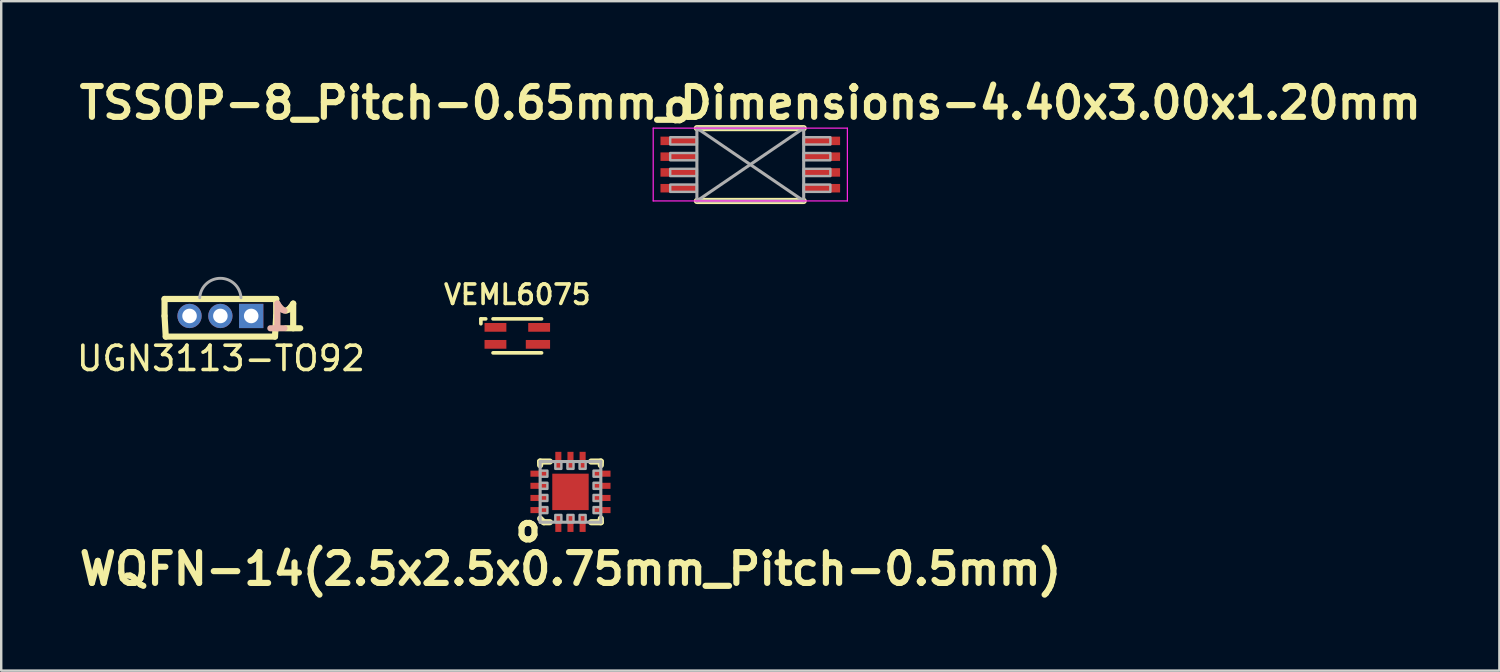
<source format=kicad_pcb>
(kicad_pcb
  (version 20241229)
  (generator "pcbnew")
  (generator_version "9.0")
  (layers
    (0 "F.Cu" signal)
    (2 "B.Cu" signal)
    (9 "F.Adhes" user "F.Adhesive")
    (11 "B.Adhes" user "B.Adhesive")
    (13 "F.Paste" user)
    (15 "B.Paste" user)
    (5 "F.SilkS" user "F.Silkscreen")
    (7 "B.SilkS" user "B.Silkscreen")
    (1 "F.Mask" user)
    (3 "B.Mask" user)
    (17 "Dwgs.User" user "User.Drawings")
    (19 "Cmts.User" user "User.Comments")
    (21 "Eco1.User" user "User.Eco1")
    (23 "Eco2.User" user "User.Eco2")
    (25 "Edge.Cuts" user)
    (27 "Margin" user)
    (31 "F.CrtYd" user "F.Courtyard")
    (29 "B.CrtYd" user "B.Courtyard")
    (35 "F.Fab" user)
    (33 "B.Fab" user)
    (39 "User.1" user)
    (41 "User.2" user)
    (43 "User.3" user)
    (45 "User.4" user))
  (footprint "VEML6075"
    (layer "F.Cu")
    (at 18.262 10.787)
    (property "Reference" "VEML6075" (at 0 -1.7 0) (layer "F.SilkS") (effects (font (size 0.8 0.8) (thickness 0.15))))
    (attr smd)
    (fp_line (start -1.5 -0.7) (end -1.3 -0.7) (stroke (width 0.15) (type solid)) (layer "F.SilkS"))
    (fp_line (start -1.5 -0.5) (end -1.5 -0.7) (stroke (width 0.15) (type solid)) (layer "F.SilkS"))
    (fp_line (start -1 0.7) (end 1 0.7) (stroke (width 0.15) (type solid)) (layer "F.SilkS"))
    (fp_line (start 1 -0.7) (end -1 -0.7) (stroke (width 0.15) (type solid)) (layer "F.SilkS"))
    (pad "1" smd rect (at -0.9 -0.35) (size 0.9 0.36) (layers "F.Cu" "F.Mask" "F.Paste"))
    (pad "2" smd rect (at -0.9 0.35) (size 0.9 0.36) (layers "F.Cu" "F.Mask" "F.Paste"))
    (pad "3" smd rect (at 0.85 0.35) (size 1 0.36) (layers "F.Cu" "F.Mask" "F.Paste"))
    (pad "4" smd rect (at 0.9 -0.35) (size 0.9 0.36) (layers "F.Cu" "F.Mask" "F.Paste")))
  (footprint "UGN3113-TO92"
    (layer "F.Cu")
    (at 6.029 10.067)
    (property "Reference" "UGN3113-TO92" (at 0.025 1.65 0) (layer "F.SilkS") (effects (font (size 1 1) (thickness 0.15))))
    (attr through_hole)
    (fp_line (start -2.3 -0.8) (end -2.3 -0.1) (stroke (width 0.254) (type solid)) (layer "F.SilkS"))
    (fp_line (start -2.3 -0.1) (end -2.25 0.75) (stroke (width 0.254) (type solid)) (layer "F.SilkS"))
    (fp_line (start 2.25 0.75) (end -2.25 0.75) (stroke (width 0.254) (type solid)) (layer "F.SilkS"))
    (fp_line (start 2.3 -0.8) (end -2.3 -0.8) (stroke (width 0.254) (type solid)) (layer "F.SilkS"))
    (fp_line (start 2.3 -0.8) (end 2.3 -0.1) (stroke (width 0.254) (type solid)) (layer "F.SilkS"))
    (fp_line (start 2.3 -0.1) (end 2.25 0.75) (stroke (width 0.254) (type solid)) (layer "F.SilkS"))
    (fp_arc (start -0.85 -0.85) (mid 0 -1.651469) (end 0.85 -0.85) (stroke (width 0.12) (type solid)) (layer "F.Fab"))
    (fp_text user "1" (at 3 -0.05 0) (layer "F.SilkS") (effects (font (size 1.016 1.016) (thickness 0.254))))
    (fp_text user "1" (at 2.35 -0.05 0) (layer "B.SilkS") (effects (font (size 1.016 1.016) (thickness 0.254)) (justify mirror)))
    (pad "1" thru_hole rect (at 1.27 -0.1) (size 1 1) (drill 0.6) (layers "*.Cu" "*.Mask"))
    (pad "2" thru_hole circle (at 0 -0.1) (size 1 1) (drill 0.6) (layers "*.Cu" "*.Mask"))
    (pad "3" thru_hole circle (at -1.27 -0.1) (size 1 1) (drill 0.6) (layers "*.Cu" "*.Mask")))
  (footprint "WQFN-14(2.5x2.5x0.75mm_Pitch-0.5mm)"
    (layer "F.Cu")
    (at 20.453 17.215)
    (property "Reference" "WQFN-14(2.5x2.5x0.75mm_Pitch-0.5mm)" (at 0 3.175 0) (layer "F.SilkS") (effects (font (size 1.27 1.27) (thickness 0.254))))
    (attr smd)
    (fp_line (start -1.25 -1.25) (end -1.25 -1.1) (stroke (width 0.254) (type solid)) (layer "F.SilkS"))
    (fp_line (start -1.1 1.25) (end -1.25 1.1) (stroke (width 0.254) (type solid)) (layer "F.SilkS"))
    (fp_line (start -0.85 -1.25) (end -1.25 -1.25) (stroke (width 0.254) (type solid)) (layer "F.SilkS"))
    (fp_line (start -0.85 1.25) (end -1.1 1.25) (stroke (width 0.254) (type solid)) (layer "F.SilkS"))
    (fp_line (start 0.85 1.25) (end 1.25 1.25) (stroke (width 0.254) (type solid)) (layer "F.SilkS"))
    (fp_line (start 1.25 -1.25) (end 0.85 -1.25) (stroke (width 0.254) (type solid)) (layer "F.SilkS"))
    (fp_line (start 1.25 -1.1) (end 1.25 -1.25) (stroke (width 0.254) (type solid)) (layer "F.SilkS"))
    (fp_line (start 1.25 1.25) (end 1.25 1.1) (stroke (width 0.254) (type solid)) (layer "F.SilkS"))
    (fp_line (start -1.25 -1.25) (end 1.25 -1.25) (stroke (width 0.127) (type solid)) (layer "F.Fab"))
    (fp_line (start -1.25 1.25) (end -1.25 -1.25) (stroke (width 0.127) (type solid)) (layer "F.Fab"))
    (fp_line (start 1.25 -1.25) (end 1.25 1.25) (stroke (width 0.127) (type solid)) (layer "F.Fab"))
    (fp_line (start 1.25 1.25) (end -1.25 1.25) (stroke (width 0.127) (type solid)) (layer "F.Fab"))
    (fp_poly (pts (xy -0.95 -0.625) (xy -1.25 -0.625) (xy -1.25 -0.875) (xy -0.95 -0.875)) (stroke (width 0.1) (type solid)) (fill no) (layer "F.Fab"))
    (fp_poly (pts (xy -0.95 -0.125) (xy -1.25 -0.125) (xy -1.25 -0.375) (xy -0.95 -0.375)) (stroke (width 0.1) (type solid)) (fill no) (layer "F.Fab"))
    (fp_poly (pts (xy -0.95 0.375) (xy -1.25 0.375) (xy -1.25 0.125) (xy -0.95 0.125)) (stroke (width 0.1) (type solid)) (fill no) (layer "F.Fab"))
    (fp_poly (pts (xy -0.95 0.875) (xy -1.25 0.875) (xy -1.25 0.625) (xy -0.95 0.625)) (stroke (width 0.1) (type solid)) (fill no) (layer "F.Fab"))
    (fp_poly (pts (xy -0.625 -0.95) (xy -0.625 -1.25) (xy -0.375 -1.25) (xy -0.375 -0.95)) (stroke (width 0.1) (type solid)) (fill no) (layer "F.Fab"))
    (fp_poly (pts (xy -0.375 0.95) (xy -0.375 1.25) (xy -0.625 1.25) (xy -0.625 0.95)) (stroke (width 0.1) (type solid)) (fill no) (layer "F.Fab"))
    (fp_poly (pts (xy -0.125 -0.95) (xy -0.125 -1.25) (xy 0.125 -1.25) (xy 0.125 -0.95)) (stroke (width 0.1) (type solid)) (fill no) (layer "F.Fab"))
    (fp_poly (pts (xy 0.125 0.95) (xy 0.125 1.25) (xy -0.125 1.25) (xy -0.125 0.95)) (stroke (width 0.1) (type solid)) (fill no) (layer "F.Fab"))
    (fp_poly (pts (xy 0.375 -0.95) (xy 0.375 -1.25) (xy 0.625 -1.25) (xy 0.625 -0.95)) (stroke (width 0.1) (type solid)) (fill no) (layer "F.Fab"))
    (fp_poly (pts (xy 0.625 0.95) (xy 0.625 1.25) (xy 0.375 1.25) (xy 0.375 0.95)) (stroke (width 0.1) (type solid)) (fill no) (layer "F.Fab"))
    (fp_poly (pts (xy 0.95 -0.875) (xy 1.25 -0.875) (xy 1.25 -0.625) (xy 0.95 -0.625)) (stroke (width 0.1) (type solid)) (fill no) (layer "F.Fab"))
    (fp_poly (pts (xy 0.95 -0.375) (xy 1.25 -0.375) (xy 1.25 -0.125) (xy 0.95 -0.125)) (stroke (width 0.1) (type solid)) (fill no) (layer "F.Fab"))
    (fp_poly (pts (xy 0.95 0.125) (xy 1.25 0.125) (xy 1.25 0.375) (xy 0.95 0.375)) (stroke (width 0.1) (type solid)) (fill no) (layer "F.Fab"))
    (fp_poly (pts (xy 0.95 0.625) (xy 1.25 0.625) (xy 1.25 0.875) (xy 0.95 0.875)) (stroke (width 0.1) (type solid)) (fill no) (layer "F.Fab"))
    (fp_text user "o" (at -1.75 1.5 180) (layer "F.SilkS") (effects (font (size 1.016 1.016) (thickness 0.254))))
    (pad "0" smd rect (at 0 0 180) (size 1.5 1.5) (layers "F.Cu" "F.Mask" "F.Paste"))
    (pad "1" smd rect (at -0.5 1.3 90) (size 0.7 0.25) (layers "F.Cu" "F.Mask" "F.Paste"))
    (pad "2" smd rect (at 0 1.3 90) (size 0.7 0.25) (layers "F.Cu" "F.Mask" "F.Paste"))
    (pad "3" smd rect (at 0.5 1.3 90) (size 0.7 0.25) (layers "F.Cu" "F.Mask" "F.Paste"))
    (pad "4" smd rect (at 1.3 0.75 180) (size 0.7 0.25) (layers "F.Cu" "F.Mask" "F.Paste"))
    (pad "5" smd rect (at 1.3 0.25 180) (size 0.7 0.25) (layers "F.Cu" "F.Mask" "F.Paste"))
    (pad "6" smd rect (at 1.3 -0.25 180) (size 0.7 0.25) (layers "F.Cu" "F.Mask" "F.Paste"))
    (pad "7" smd rect (at 1.3 -0.75 180) (size 0.7 0.25) (layers "F.Cu" "F.Mask" "F.Paste"))
    (pad "8" smd rect (at 0.5 -1.3 90) (size 0.7 0.25) (layers "F.Cu" "F.Mask" "F.Paste"))
    (pad "9" smd rect (at 0 -1.3 90) (size 0.7 0.25) (layers "F.Cu" "F.Mask" "F.Paste"))
    (pad "10" smd rect (at -0.5 -1.3 90) (size 0.7 0.25) (layers "F.Cu" "F.Mask" "F.Paste"))
    (pad "11" smd rect (at -1.3 -0.75 180) (size 0.7 0.25) (layers "F.Cu" "F.Mask" "F.Paste"))
    (pad "12" smd rect (at -1.3 -0.25 180) (size 0.7 0.25) (layers "F.Cu" "F.Mask" "F.Paste"))
    (pad "13" smd rect (at -1.3 0.25 180) (size 0.7 0.25) (layers "F.Cu" "F.Mask" "F.Paste"))
    (pad "14" smd rect (at -1.3 0.75 180) (size 0.7 0.25) (layers "F.Cu" "F.Mask" "F.Paste")))
  (footprint "TSSOP-8_Pitch-0.65mm_Dimensions-4.40x3.00x1.20mm"
    (layer "F.Cu")
    (at 27.861 3.729)
    (property "Reference" "TSSOP-8_Pitch-0.65mm_Dimensions-4.40x3.00x1.20mm" (at 0 -2.54 0) (layer "F.SilkS") (effects (font (size 1.27 1.27) (thickness 0.254))))
    (attr smd)
    (fp_line (start -2.2 -1.5) (end 2.2 -1.5) (stroke (width 0.254) (type solid)) (layer "F.SilkS"))
    (fp_line (start -2.2 1.5) (end 2.2 1.5) (stroke (width 0.254) (type solid)) (layer "F.SilkS"))
    (fp_line (start -4 -1.5) (end -4 1.5) (stroke (width 0.05) (type solid)) (layer "F.CrtYd"))
    (fp_line (start -4 -1.5) (end 4 -1.5) (stroke (width 0.05) (type solid)) (layer "F.CrtYd"))
    (fp_line (start -4 1.5) (end 4 1.5) (stroke (width 0.05) (type solid)) (layer "F.CrtYd"))
    (fp_line (start 4 -1.5) (end 4 1.5) (stroke (width 0.05) (type solid)) (layer "F.CrtYd"))
    (fp_line (start -2.2 -1.5) (end 2.2 -1.5) (stroke (width 0.127) (type solid)) (layer "F.Fab"))
    (fp_line (start -2.2 -1.5) (end 2.2 1.5) (stroke (width 0.127) (type solid)) (layer "F.Fab"))
    (fp_line (start -2.2 1.5) (end -2.2 -1.5) (stroke (width 0.127) (type solid)) (layer "F.Fab"))
    (fp_line (start 2.2 -1.5) (end -2.2 1.5) (stroke (width 0.127) (type solid)) (layer "F.Fab"))
    (fp_line (start 2.2 -1.5) (end 2.2 1.5) (stroke (width 0.127) (type solid)) (layer "F.Fab"))
    (fp_line (start 2.2 1.5) (end -2.2 1.5) (stroke (width 0.127) (type solid)) (layer "F.Fab"))
    (fp_poly (pts (xy -2.2 -0.825) (xy -3.3 -0.825) (xy -3.3 -1.125) (xy -2.2 -1.125)) (stroke (width 0.1) (type solid)) (fill no) (layer "F.Fab"))
    (fp_poly (pts (xy -2.2 -0.175) (xy -3.3 -0.175) (xy -3.3 -0.475) (xy -2.2 -0.475)) (stroke (width 0.1) (type solid)) (fill no) (layer "F.Fab"))
    (fp_poly (pts (xy -2.2 0.475) (xy -3.3 0.475) (xy -3.3 0.175) (xy -2.2 0.175)) (stroke (width 0.1) (type solid)) (fill no) (layer "F.Fab"))
    (fp_poly (pts (xy -2.2 1.125) (xy -3.3 1.125) (xy -3.3 0.825) (xy -2.2 0.825)) (stroke (width 0.1) (type solid)) (fill no) (layer "F.Fab"))
    (fp_poly (pts (xy 3.3 -0.825) (xy 2.2 -0.825) (xy 2.2 -1.125) (xy 3.3 -1.125)) (stroke (width 0.1) (type solid)) (fill no) (layer "F.Fab"))
    (fp_poly (pts (xy 3.3 -0.175) (xy 2.2 -0.175) (xy 2.2 -0.475) (xy 3.3 -0.475)) (stroke (width 0.1) (type solid)) (fill no) (layer "F.Fab"))
    (fp_poly (pts (xy 3.3 0.475) (xy 2.2 0.475) (xy 2.2 0.175) (xy 3.3 0.175)) (stroke (width 0.1) (type solid)) (fill no) (layer "F.Fab"))
    (fp_poly (pts (xy 3.3 1.125) (xy 2.2 1.125) (xy 2.2 0.825) (xy 3.3 0.825)) (stroke (width 0.1) (type solid)) (fill no) (layer "F.Fab"))
    (fp_text user "o" (at -3 -2.4 0) (layer "F.SilkS") (effects (font (size 1.27 1.27) (thickness 0.254))))
    (pad "1" smd rect (at -2.95 -0.975) (size 1.5 0.35) (layers "F.Cu" "F.Mask" "F.Paste"))
    (pad "2" smd rect (at -2.95 -0.325) (size 1.5 0.35) (layers "F.Cu" "F.Mask" "F.Paste"))
    (pad "3" smd rect (at -2.95 0.325) (size 1.5 0.35) (layers "F.Cu" "F.Mask" "F.Paste"))
    (pad "4" smd rect (at -2.95 0.975) (size 1.5 0.35) (layers "F.Cu" "F.Mask" "F.Paste"))
    (pad "5" smd rect (at 2.95 0.975) (size 1.5 0.35) (layers "F.Cu" "F.Mask" "F.Paste"))
    (pad "6" smd rect (at 2.95 0.325) (size 1.5 0.35) (layers "F.Cu" "F.Mask" "F.Paste"))
    (pad "7" smd rect (at 2.95 -0.325) (size 1.5 0.35) (layers "F.Cu" "F.Mask" "F.Paste"))
    (pad "8" smd rect (at 2.95 -0.975) (size 1.5 0.35) (layers "F.Cu" "F.Mask" "F.Paste")))
  (gr_rect
    (start -3 -3)
    (end 58.723 24.579)
    (stroke (width 0.1) (type default))
    (fill no)
    (layer "Edge.Cuts")))
</source>
